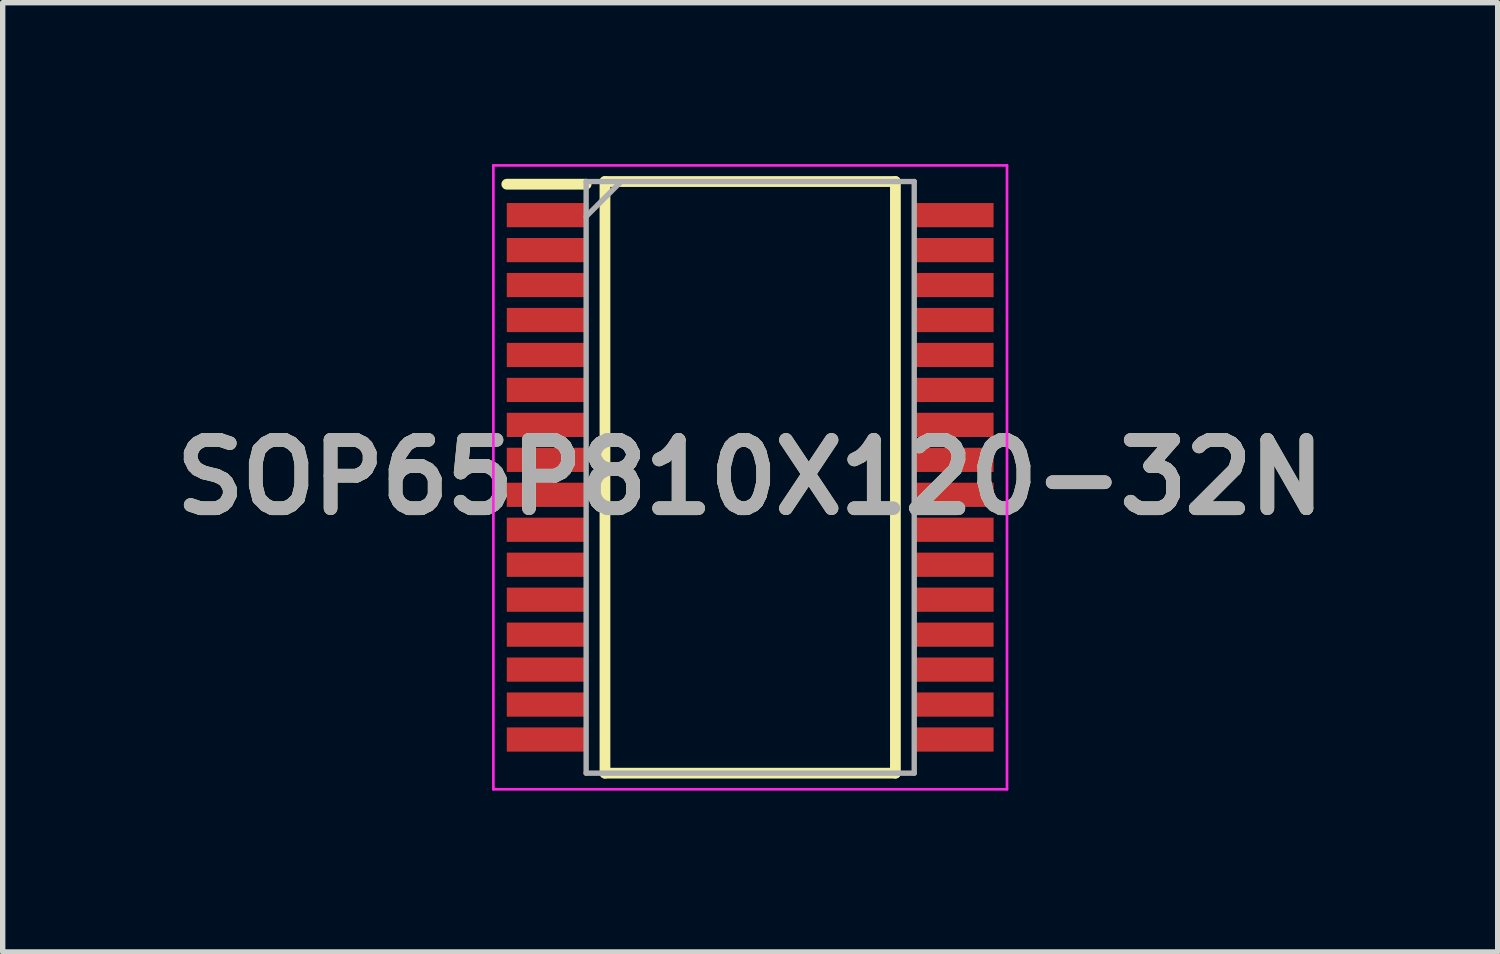
<source format=kicad_pcb>
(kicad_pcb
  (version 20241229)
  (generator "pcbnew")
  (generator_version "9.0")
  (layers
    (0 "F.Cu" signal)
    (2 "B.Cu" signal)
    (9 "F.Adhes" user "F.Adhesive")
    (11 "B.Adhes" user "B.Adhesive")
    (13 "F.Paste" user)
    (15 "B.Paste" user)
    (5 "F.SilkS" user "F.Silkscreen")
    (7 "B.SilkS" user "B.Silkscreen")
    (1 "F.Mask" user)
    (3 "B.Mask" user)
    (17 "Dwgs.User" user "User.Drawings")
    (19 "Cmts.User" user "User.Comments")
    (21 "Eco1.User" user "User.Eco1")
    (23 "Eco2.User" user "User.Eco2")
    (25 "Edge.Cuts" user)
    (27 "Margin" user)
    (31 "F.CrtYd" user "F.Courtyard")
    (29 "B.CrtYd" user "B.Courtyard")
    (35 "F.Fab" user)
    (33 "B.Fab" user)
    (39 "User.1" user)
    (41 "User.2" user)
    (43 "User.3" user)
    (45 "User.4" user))
  (footprint "SOP65P810X120-32N"
    (layer "F.Cu")
    (at 10.898 5.825)
    (property "Reference" "SOP65P810X120-32N" (at 0 0 0) (layer "F.SilkS") (effects (font (size 1.27 1.27) (thickness 0.254))))
    (attr smd)
    (fp_line (start -4.525 -5.45) (end -3.05 -5.45) (stroke (width 0.2) (type solid)) (layer "F.SilkS"))
    (fp_line (start -2.7 -5.5) (end 2.7 -5.5) (stroke (width 0.2) (type solid)) (layer "F.SilkS"))
    (fp_line (start -2.7 5.5) (end -2.7 -5.5) (stroke (width 0.2) (type solid)) (layer "F.SilkS"))
    (fp_line (start 2.7 -5.5) (end 2.7 5.5) (stroke (width 0.2) (type solid)) (layer "F.SilkS"))
    (fp_line (start 2.7 5.5) (end -2.7 5.5) (stroke (width 0.2) (type solid)) (layer "F.SilkS"))
    (fp_line (start -4.775 -5.8) (end 4.775 -5.8) (stroke (width 0.05) (type solid)) (layer "F.CrtYd"))
    (fp_line (start -4.775 5.8) (end -4.775 -5.8) (stroke (width 0.05) (type solid)) (layer "F.CrtYd"))
    (fp_line (start 4.775 -5.8) (end 4.775 5.8) (stroke (width 0.05) (type solid)) (layer "F.CrtYd"))
    (fp_line (start 4.775 5.8) (end -4.775 5.8) (stroke (width 0.05) (type solid)) (layer "F.CrtYd"))
    (fp_line (start -3.05 -5.5) (end 3.05 -5.5) (stroke (width 0.1) (type solid)) (layer "F.Fab"))
    (fp_line (start -3.05 -4.85) (end -2.4 -5.5) (stroke (width 0.1) (type solid)) (layer "F.Fab"))
    (fp_line (start -3.05 5.5) (end -3.05 -5.5) (stroke (width 0.1) (type solid)) (layer "F.Fab"))
    (fp_line (start 3.05 -5.5) (end 3.05 5.5) (stroke (width 0.1) (type solid)) (layer "F.Fab"))
    (fp_line (start 3.05 5.5) (end -3.05 5.5) (stroke (width 0.1) (type solid)) (layer "F.Fab"))
    (fp_text user "${REFERENCE}" (at 0 0 0) (layer "F.Fab") (effects (font (size 1.27 1.27) (thickness 0.254))))
    (pad "1" smd rect (at -3.788 -4.875 90) (size 0.45 1.475) (layers "F.Cu" "F.Mask" "F.Paste"))
    (pad "2" smd rect (at -3.788 -4.225 90) (size 0.45 1.475) (layers "F.Cu" "F.Mask" "F.Paste"))
    (pad "3" smd rect (at -3.788 -3.575 90) (size 0.45 1.475) (layers "F.Cu" "F.Mask" "F.Paste"))
    (pad "4" smd rect (at -3.788 -2.925 90) (size 0.45 1.475) (layers "F.Cu" "F.Mask" "F.Paste"))
    (pad "5" smd rect (at -3.788 -2.275 90) (size 0.45 1.475) (layers "F.Cu" "F.Mask" "F.Paste"))
    (pad "6" smd rect (at -3.788 -1.625 90) (size 0.45 1.475) (layers "F.Cu" "F.Mask" "F.Paste"))
    (pad "7" smd rect (at -3.788 -0.975 90) (size 0.45 1.475) (layers "F.Cu" "F.Mask" "F.Paste"))
    (pad "8" smd rect (at -3.788 -0.325 90) (size 0.45 1.475) (layers "F.Cu" "F.Mask" "F.Paste"))
    (pad "9" smd rect (at -3.788 0.325 90) (size 0.45 1.475) (layers "F.Cu" "F.Mask" "F.Paste"))
    (pad "10" smd rect (at -3.788 0.975 90) (size 0.45 1.475) (layers "F.Cu" "F.Mask" "F.Paste"))
    (pad "11" smd rect (at -3.788 1.625 90) (size 0.45 1.475) (layers "F.Cu" "F.Mask" "F.Paste"))
    (pad "12" smd rect (at -3.788 2.275 90) (size 0.45 1.475) (layers "F.Cu" "F.Mask" "F.Paste"))
    (pad "13" smd rect (at -3.788 2.925 90) (size 0.45 1.475) (layers "F.Cu" "F.Mask" "F.Paste"))
    (pad "14" smd rect (at -3.788 3.575 90) (size 0.45 1.475) (layers "F.Cu" "F.Mask" "F.Paste"))
    (pad "15" smd rect (at -3.788 4.225 90) (size 0.45 1.475) (layers "F.Cu" "F.Mask" "F.Paste"))
    (pad "16" smd rect (at -3.788 4.875 90) (size 0.45 1.475) (layers "F.Cu" "F.Mask" "F.Paste"))
    (pad "17" smd rect (at 3.788 4.875 90) (size 0.45 1.475) (layers "F.Cu" "F.Mask" "F.Paste"))
    (pad "18" smd rect (at 3.788 4.225 90) (size 0.45 1.475) (layers "F.Cu" "F.Mask" "F.Paste"))
    (pad "19" smd rect (at 3.788 3.575 90) (size 0.45 1.475) (layers "F.Cu" "F.Mask" "F.Paste"))
    (pad "20" smd rect (at 3.788 2.925 90) (size 0.45 1.475) (layers "F.Cu" "F.Mask" "F.Paste"))
    (pad "21" smd rect (at 3.788 2.275 90) (size 0.45 1.475) (layers "F.Cu" "F.Mask" "F.Paste"))
    (pad "22" smd rect (at 3.788 1.625 90) (size 0.45 1.475) (layers "F.Cu" "F.Mask" "F.Paste"))
    (pad "23" smd rect (at 3.788 0.975 90) (size 0.45 1.475) (layers "F.Cu" "F.Mask" "F.Paste"))
    (pad "24" smd rect (at 3.788 0.325 90) (size 0.45 1.475) (layers "F.Cu" "F.Mask" "F.Paste"))
    (pad "25" smd rect (at 3.788 -0.325 90) (size 0.45 1.475) (layers "F.Cu" "F.Mask" "F.Paste"))
    (pad "26" smd rect (at 3.788 -0.975 90) (size 0.45 1.475) (layers "F.Cu" "F.Mask" "F.Paste"))
    (pad "27" smd rect (at 3.788 -1.625 90) (size 0.45 1.475) (layers "F.Cu" "F.Mask" "F.Paste"))
    (pad "28" smd rect (at 3.788 -2.275 90) (size 0.45 1.475) (layers "F.Cu" "F.Mask" "F.Paste"))
    (pad "29" smd rect (at 3.788 -2.925 90) (size 0.45 1.475) (layers "F.Cu" "F.Mask" "F.Paste"))
    (pad "30" smd rect (at 3.788 -3.575 90) (size 0.45 1.475) (layers "F.Cu" "F.Mask" "F.Paste"))
    (pad "31" smd rect (at 3.788 -4.225 90) (size 0.45 1.475) (layers "F.Cu" "F.Mask" "F.Paste"))
    (pad "32" smd rect (at 3.788 -4.875 90) (size 0.45 1.475) (layers "F.Cu" "F.Mask" "F.Paste")))
  (gr_rect
    (start -3 -3)
    (end 24.796 14.65)
    (stroke (width 0.1) (type default))
    (fill no)
    (layer "Edge.Cuts")))
</source>
